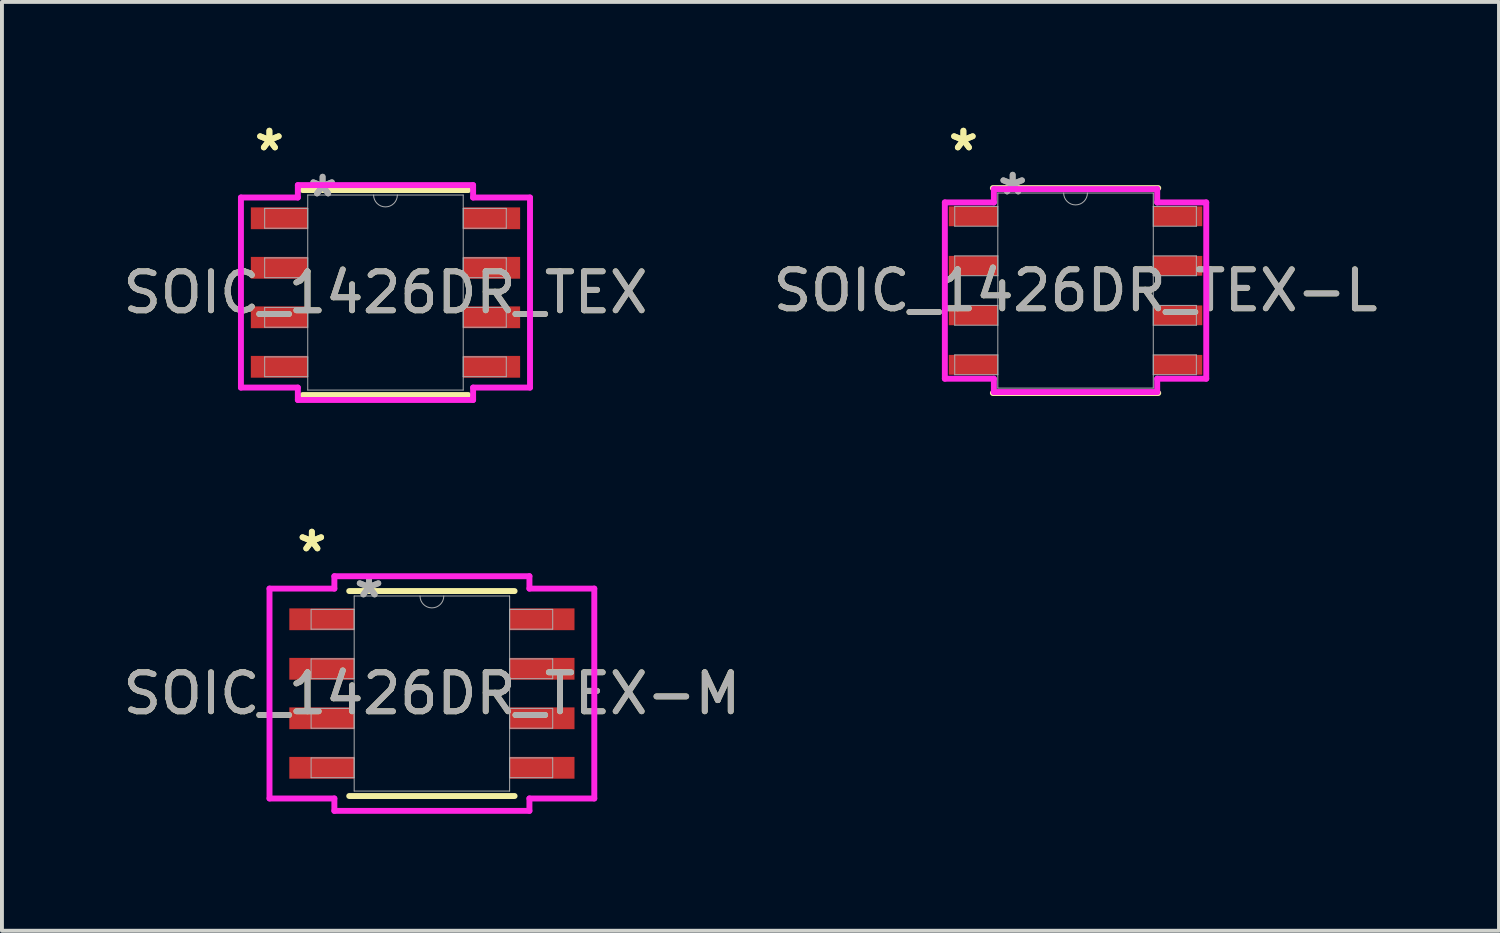
<source format=kicad_pcb>
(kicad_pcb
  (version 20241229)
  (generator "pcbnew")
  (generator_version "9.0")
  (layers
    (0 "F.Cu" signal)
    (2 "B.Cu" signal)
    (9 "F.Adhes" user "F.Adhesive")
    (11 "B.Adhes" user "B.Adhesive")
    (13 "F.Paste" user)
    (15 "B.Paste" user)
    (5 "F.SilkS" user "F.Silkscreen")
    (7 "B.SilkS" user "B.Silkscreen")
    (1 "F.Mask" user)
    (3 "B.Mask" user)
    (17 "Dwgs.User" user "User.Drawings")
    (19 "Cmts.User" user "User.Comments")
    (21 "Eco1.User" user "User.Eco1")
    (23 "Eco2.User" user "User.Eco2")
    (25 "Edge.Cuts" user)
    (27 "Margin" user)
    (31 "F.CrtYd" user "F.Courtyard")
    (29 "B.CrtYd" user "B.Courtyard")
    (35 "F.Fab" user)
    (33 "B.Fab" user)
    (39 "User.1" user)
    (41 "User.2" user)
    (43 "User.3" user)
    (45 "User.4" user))
  (footprint "SOIC_1426DR_TEX"
    (layer "F.Cu")
    (at 6.839 4.455)
    (property "Reference" "SOIC_1426DR_TEX" (at 0 0 0) (unlocked yes) (layer "F.SilkS") (effects (font (size 1 1) (thickness 0.15))))
    (attr smd)
    (fp_line (start -2.121 2.629) (end 2.121 2.629) (stroke (width 0.152) (type solid)) (layer "F.SilkS"))
    (fp_line (start 2.121 -2.629) (end -2.121 -2.629) (stroke (width 0.152) (type solid)) (layer "F.SilkS"))
    (fp_line (start -3.708 -2.438) (end -2.248 -2.438) (stroke (width 0.152) (type solid)) (layer "F.CrtYd"))
    (fp_line (start -3.708 2.438) (end -3.708 -2.438) (stroke (width 0.152) (type solid)) (layer "F.CrtYd"))
    (fp_line (start -3.708 2.438) (end -2.248 2.438) (stroke (width 0.152) (type solid)) (layer "F.CrtYd"))
    (fp_line (start -2.248 -2.756) (end 2.248 -2.756) (stroke (width 0.152) (type solid)) (layer "F.CrtYd"))
    (fp_line (start -2.248 -2.438) (end -2.248 -2.756) (stroke (width 0.152) (type solid)) (layer "F.CrtYd"))
    (fp_line (start -2.248 2.756) (end -2.248 2.438) (stroke (width 0.152) (type solid)) (layer "F.CrtYd"))
    (fp_line (start 2.248 -2.756) (end 2.248 -2.438) (stroke (width 0.152) (type solid)) (layer "F.CrtYd"))
    (fp_line (start 2.248 2.438) (end 2.248 2.756) (stroke (width 0.152) (type solid)) (layer "F.CrtYd"))
    (fp_line (start 2.248 2.756) (end -2.248 2.756) (stroke (width 0.152) (type solid)) (layer "F.CrtYd"))
    (fp_line (start 3.708 -2.438) (end 2.248 -2.438) (stroke (width 0.152) (type solid)) (layer "F.CrtYd"))
    (fp_line (start 3.708 -2.438) (end 3.708 2.438) (stroke (width 0.152) (type solid)) (layer "F.CrtYd"))
    (fp_line (start 3.708 2.438) (end 2.248 2.438) (stroke (width 0.152) (type solid)) (layer "F.CrtYd"))
    (fp_line (start -3.099 -2.159) (end -3.099 -1.651) (stroke (width 0.025) (type solid)) (layer "F.Fab"))
    (fp_line (start -3.099 -1.651) (end -1.994 -1.651) (stroke (width 0.025) (type solid)) (layer "F.Fab"))
    (fp_line (start -3.099 -0.889) (end -3.099 -0.381) (stroke (width 0.025) (type solid)) (layer "F.Fab"))
    (fp_line (start -3.099 -0.381) (end -1.994 -0.381) (stroke (width 0.025) (type solid)) (layer "F.Fab"))
    (fp_line (start -3.099 0.381) (end -3.099 0.889) (stroke (width 0.025) (type solid)) (layer "F.Fab"))
    (fp_line (start -3.099 0.889) (end -1.994 0.889) (stroke (width 0.025) (type solid)) (layer "F.Fab"))
    (fp_line (start -3.099 1.651) (end -3.099 2.159) (stroke (width 0.025) (type solid)) (layer "F.Fab"))
    (fp_line (start -3.099 2.159) (end -1.994 2.159) (stroke (width 0.025) (type solid)) (layer "F.Fab"))
    (fp_line (start -1.994 -2.502) (end -1.994 2.502) (stroke (width 0.025) (type solid)) (layer "F.Fab"))
    (fp_line (start -1.994 -2.159) (end -3.099 -2.159) (stroke (width 0.025) (type solid)) (layer "F.Fab"))
    (fp_line (start -1.994 -1.651) (end -1.994 -2.159) (stroke (width 0.025) (type solid)) (layer "F.Fab"))
    (fp_line (start -1.994 -0.889) (end -3.099 -0.889) (stroke (width 0.025) (type solid)) (layer "F.Fab"))
    (fp_line (start -1.994 -0.381) (end -1.994 -0.889) (stroke (width 0.025) (type solid)) (layer "F.Fab"))
    (fp_line (start -1.994 0.381) (end -3.099 0.381) (stroke (width 0.025) (type solid)) (layer "F.Fab"))
    (fp_line (start -1.994 0.889) (end -1.994 0.381) (stroke (width 0.025) (type solid)) (layer "F.Fab"))
    (fp_line (start -1.994 1.651) (end -3.099 1.651) (stroke (width 0.025) (type solid)) (layer "F.Fab"))
    (fp_line (start -1.994 2.159) (end -1.994 1.651) (stroke (width 0.025) (type solid)) (layer "F.Fab"))
    (fp_line (start -1.994 2.502) (end 1.994 2.502) (stroke (width 0.025) (type solid)) (layer "F.Fab"))
    (fp_line (start 1.994 -2.502) (end -1.994 -2.502) (stroke (width 0.025) (type solid)) (layer "F.Fab"))
    (fp_line (start 1.994 -2.159) (end 1.994 -1.651) (stroke (width 0.025) (type solid)) (layer "F.Fab"))
    (fp_line (start 1.994 -1.651) (end 3.099 -1.651) (stroke (width 0.025) (type solid)) (layer "F.Fab"))
    (fp_line (start 1.994 -0.889) (end 1.994 -0.381) (stroke (width 0.025) (type solid)) (layer "F.Fab"))
    (fp_line (start 1.994 -0.381) (end 3.099 -0.381) (stroke (width 0.025) (type solid)) (layer "F.Fab"))
    (fp_line (start 1.994 0.381) (end 1.994 0.889) (stroke (width 0.025) (type solid)) (layer "F.Fab"))
    (fp_line (start 1.994 0.889) (end 3.099 0.889) (stroke (width 0.025) (type solid)) (layer "F.Fab"))
    (fp_line (start 1.994 1.651) (end 1.994 2.159) (stroke (width 0.025) (type solid)) (layer "F.Fab"))
    (fp_line (start 1.994 2.159) (end 3.099 2.159) (stroke (width 0.025) (type solid)) (layer "F.Fab"))
    (fp_line (start 1.994 2.502) (end 1.994 -2.502) (stroke (width 0.025) (type solid)) (layer "F.Fab"))
    (fp_line (start 3.099 -2.159) (end 1.994 -2.159) (stroke (width 0.025) (type solid)) (layer "F.Fab"))
    (fp_line (start 3.099 -1.651) (end 3.099 -2.159) (stroke (width 0.025) (type solid)) (layer "F.Fab"))
    (fp_line (start 3.099 -0.889) (end 1.994 -0.889) (stroke (width 0.025) (type solid)) (layer "F.Fab"))
    (fp_line (start 3.099 -0.381) (end 3.099 -0.889) (stroke (width 0.025) (type solid)) (layer "F.Fab"))
    (fp_line (start 3.099 0.381) (end 1.994 0.381) (stroke (width 0.025) (type solid)) (layer "F.Fab"))
    (fp_line (start 3.099 0.889) (end 3.099 0.381) (stroke (width 0.025) (type solid)) (layer "F.Fab"))
    (fp_line (start 3.099 1.651) (end 1.994 1.651) (stroke (width 0.025) (type solid)) (layer "F.Fab"))
    (fp_line (start 3.099 2.159) (end 3.099 1.651) (stroke (width 0.025) (type solid)) (layer "F.Fab"))
    (fp_arc (start 0.3048 -2.5019) (mid 0 -2.1971) (end -0.3048 -2.5019) (stroke (width 0.0254) (type solid)) (layer "F.Fab"))
    (fp_text user "*" (at -2.978 -3.607 0) (unlocked yes) (layer "F.SilkS") (effects (font (size 1 1) (thickness 0.15))))
    (fp_text user "*" (at -2.978 -3.607 0) (layer "F.SilkS") (effects (font (size 1 1) (thickness 0.15))))
    (fp_text user "*" (at -1.613 -2.426 0) (unlocked yes) (layer "F.Fab") (effects (font (size 1 1) (thickness 0.15))))
    (fp_text user "${REFERENCE}" (at 0 0 0) (unlocked yes) (layer "F.Fab") (effects (font (size 1 1) (thickness 0.15))))
    (fp_text user "*" (at -1.613 -2.426 0) (layer "F.Fab") (effects (font (size 1 1) (thickness 0.15))))
    (pad "1" smd rect (at -2.724 -1.905) (size 1.46 0.559) (layers "F.Cu" "F.Mask" "F.Paste"))
    (pad "2" smd rect (at -2.724 -0.635) (size 1.46 0.559) (layers "F.Cu" "F.Mask" "F.Paste"))
    (pad "3" smd rect (at -2.724 0.635) (size 1.46 0.559) (layers "F.Cu" "F.Mask" "F.Paste"))
    (pad "4" smd rect (at -2.724 1.905) (size 1.46 0.559) (layers "F.Cu" "F.Mask" "F.Paste"))
    (pad "5" smd rect (at 2.724 1.905) (size 1.46 0.559) (layers "F.Cu" "F.Mask" "F.Paste"))
    (pad "6" smd rect (at 2.724 0.635) (size 1.46 0.559) (layers "F.Cu" "F.Mask" "F.Paste"))
    (pad "7" smd rect (at 2.724 -0.635) (size 1.46 0.559) (layers "F.Cu" "F.Mask" "F.Paste"))
    (pad "8" smd rect (at 2.724 -1.905) (size 1.46 0.559) (layers "F.Cu" "F.Mask" "F.Paste")))
  (footprint "SOIC_1426DR_TEX-L"
    (layer "F.Cu")
    (at 24.542 4.404)
    (property "Reference" "SOIC_1426DR_TEX-L" (at 0 0 0) (unlocked yes) (layer "F.SilkS") (effects (font (size 1 1) (thickness 0.15))))
    (attr smd)
    (fp_line (start -2.121 2.629) (end 2.121 2.629) (stroke (width 0.152) (type solid)) (layer "F.SilkS"))
    (fp_line (start 2.121 -2.629) (end -2.121 -2.629) (stroke (width 0.152) (type solid)) (layer "F.SilkS"))
    (fp_line (start -3.353 -2.261) (end -2.095 -2.261) (stroke (width 0.152) (type solid)) (layer "F.CrtYd"))
    (fp_line (start -3.353 2.261) (end -3.353 -2.261) (stroke (width 0.152) (type solid)) (layer "F.CrtYd"))
    (fp_line (start -3.353 2.261) (end -2.095 2.261) (stroke (width 0.152) (type solid)) (layer "F.CrtYd"))
    (fp_line (start -2.095 -2.603) (end 2.095 -2.603) (stroke (width 0.152) (type solid)) (layer "F.CrtYd"))
    (fp_line (start -2.095 -2.261) (end -2.095 -2.603) (stroke (width 0.152) (type solid)) (layer "F.CrtYd"))
    (fp_line (start -2.095 2.603) (end -2.095 2.261) (stroke (width 0.152) (type solid)) (layer "F.CrtYd"))
    (fp_line (start 2.095 -2.603) (end 2.095 -2.261) (stroke (width 0.152) (type solid)) (layer "F.CrtYd"))
    (fp_line (start 2.095 2.261) (end 2.095 2.603) (stroke (width 0.152) (type solid)) (layer "F.CrtYd"))
    (fp_line (start 2.095 2.603) (end -2.095 2.603) (stroke (width 0.152) (type solid)) (layer "F.CrtYd"))
    (fp_line (start 3.353 -2.261) (end 2.095 -2.261) (stroke (width 0.152) (type solid)) (layer "F.CrtYd"))
    (fp_line (start 3.353 -2.261) (end 3.353 2.261) (stroke (width 0.152) (type solid)) (layer "F.CrtYd"))
    (fp_line (start 3.353 2.261) (end 2.095 2.261) (stroke (width 0.152) (type solid)) (layer "F.CrtYd"))
    (fp_line (start -3.099 -2.159) (end -3.099 -1.651) (stroke (width 0.025) (type solid)) (layer "F.Fab"))
    (fp_line (start -3.099 -1.651) (end -1.994 -1.651) (stroke (width 0.025) (type solid)) (layer "F.Fab"))
    (fp_line (start -3.099 -0.889) (end -3.099 -0.381) (stroke (width 0.025) (type solid)) (layer "F.Fab"))
    (fp_line (start -3.099 -0.381) (end -1.994 -0.381) (stroke (width 0.025) (type solid)) (layer "F.Fab"))
    (fp_line (start -3.099 0.381) (end -3.099 0.889) (stroke (width 0.025) (type solid)) (layer "F.Fab"))
    (fp_line (start -3.099 0.889) (end -1.994 0.889) (stroke (width 0.025) (type solid)) (layer "F.Fab"))
    (fp_line (start -3.099 1.651) (end -3.099 2.159) (stroke (width 0.025) (type solid)) (layer "F.Fab"))
    (fp_line (start -3.099 2.159) (end -1.994 2.159) (stroke (width 0.025) (type solid)) (layer "F.Fab"))
    (fp_line (start -1.994 -2.502) (end -1.994 2.502) (stroke (width 0.025) (type solid)) (layer "F.Fab"))
    (fp_line (start -1.994 -2.159) (end -3.099 -2.159) (stroke (width 0.025) (type solid)) (layer "F.Fab"))
    (fp_line (start -1.994 -1.651) (end -1.994 -2.159) (stroke (width 0.025) (type solid)) (layer "F.Fab"))
    (fp_line (start -1.994 -0.889) (end -3.099 -0.889) (stroke (width 0.025) (type solid)) (layer "F.Fab"))
    (fp_line (start -1.994 -0.381) (end -1.994 -0.889) (stroke (width 0.025) (type solid)) (layer "F.Fab"))
    (fp_line (start -1.994 0.381) (end -3.099 0.381) (stroke (width 0.025) (type solid)) (layer "F.Fab"))
    (fp_line (start -1.994 0.889) (end -1.994 0.381) (stroke (width 0.025) (type solid)) (layer "F.Fab"))
    (fp_line (start -1.994 1.651) (end -3.099 1.651) (stroke (width 0.025) (type solid)) (layer "F.Fab"))
    (fp_line (start -1.994 2.159) (end -1.994 1.651) (stroke (width 0.025) (type solid)) (layer "F.Fab"))
    (fp_line (start -1.994 2.502) (end 1.994 2.502) (stroke (width 0.025) (type solid)) (layer "F.Fab"))
    (fp_line (start 1.994 -2.502) (end -1.994 -2.502) (stroke (width 0.025) (type solid)) (layer "F.Fab"))
    (fp_line (start 1.994 -2.159) (end 1.994 -1.651) (stroke (width 0.025) (type solid)) (layer "F.Fab"))
    (fp_line (start 1.994 -1.651) (end 3.099 -1.651) (stroke (width 0.025) (type solid)) (layer "F.Fab"))
    (fp_line (start 1.994 -0.889) (end 1.994 -0.381) (stroke (width 0.025) (type solid)) (layer "F.Fab"))
    (fp_line (start 1.994 -0.381) (end 3.099 -0.381) (stroke (width 0.025) (type solid)) (layer "F.Fab"))
    (fp_line (start 1.994 0.381) (end 1.994 0.889) (stroke (width 0.025) (type solid)) (layer "F.Fab"))
    (fp_line (start 1.994 0.889) (end 3.099 0.889) (stroke (width 0.025) (type solid)) (layer "F.Fab"))
    (fp_line (start 1.994 1.651) (end 1.994 2.159) (stroke (width 0.025) (type solid)) (layer "F.Fab"))
    (fp_line (start 1.994 2.159) (end 3.099 2.159) (stroke (width 0.025) (type solid)) (layer "F.Fab"))
    (fp_line (start 1.994 2.502) (end 1.994 -2.502) (stroke (width 0.025) (type solid)) (layer "F.Fab"))
    (fp_line (start 3.099 -2.159) (end 1.994 -2.159) (stroke (width 0.025) (type solid)) (layer "F.Fab"))
    (fp_line (start 3.099 -1.651) (end 3.099 -2.159) (stroke (width 0.025) (type solid)) (layer "F.Fab"))
    (fp_line (start 3.099 -0.889) (end 1.994 -0.889) (stroke (width 0.025) (type solid)) (layer "F.Fab"))
    (fp_line (start 3.099 -0.381) (end 3.099 -0.889) (stroke (width 0.025) (type solid)) (layer "F.Fab"))
    (fp_line (start 3.099 0.381) (end 1.994 0.381) (stroke (width 0.025) (type solid)) (layer "F.Fab"))
    (fp_line (start 3.099 0.889) (end 3.099 0.381) (stroke (width 0.025) (type solid)) (layer "F.Fab"))
    (fp_line (start 3.099 1.651) (end 1.994 1.651) (stroke (width 0.025) (type solid)) (layer "F.Fab"))
    (fp_line (start 3.099 2.159) (end 3.099 1.651) (stroke (width 0.025) (type solid)) (layer "F.Fab"))
    (fp_arc (start 0.3048 -2.5019) (mid 0 -2.1971) (end -0.3048 -2.5019) (stroke (width 0.0254) (type solid)) (layer "F.Fab"))
    (fp_text user "*" (at -2.877 -3.556 0) (layer "F.SilkS") (effects (font (size 1 1) (thickness 0.15))))
    (fp_text user "*" (at -2.877 -3.556 0) (unlocked yes) (layer "F.SilkS") (effects (font (size 1 1) (thickness 0.15))))
    (fp_text user "*" (at -1.613 -2.426 0) (unlocked yes) (layer "F.Fab") (effects (font (size 1 1) (thickness 0.15))))
    (fp_text user "${REFERENCE}" (at 0 0 0) (unlocked yes) (layer "F.Fab") (effects (font (size 1 1) (thickness 0.15))))
    (fp_text user "*" (at -1.613 -2.426 0) (layer "F.Fab") (effects (font (size 1 1) (thickness 0.15))))
    (pad "1" smd rect (at -2.623 -1.905) (size 1.257 0.508) (layers "F.Cu" "F.Mask" "F.Paste"))
    (pad "2" smd rect (at -2.623 -0.635) (size 1.257 0.508) (layers "F.Cu" "F.Mask" "F.Paste"))
    (pad "3" smd rect (at -2.623 0.635) (size 1.257 0.508) (layers "F.Cu" "F.Mask" "F.Paste"))
    (pad "4" smd rect (at -2.623 1.905) (size 1.257 0.508) (layers "F.Cu" "F.Mask" "F.Paste"))
    (pad "5" smd rect (at 2.623 1.905) (size 1.257 0.508) (layers "F.Cu" "F.Mask" "F.Paste"))
    (pad "6" smd rect (at 2.623 0.635) (size 1.257 0.508) (layers "F.Cu" "F.Mask" "F.Paste"))
    (pad "7" smd rect (at 2.623 -0.635) (size 1.257 0.508) (layers "F.Cu" "F.Mask" "F.Paste"))
    (pad "8" smd rect (at 2.623 -1.905) (size 1.257 0.508) (layers "F.Cu" "F.Mask" "F.Paste")))
  (footprint "SOIC_1426DR_TEX-M"
    (layer "F.Cu")
    (at 8.03 14.742)
    (property "Reference" "SOIC_1426DR_TEX-M" (at 0 0 0) (unlocked yes) (layer "F.SilkS") (effects (font (size 1 1) (thickness 0.15))))
    (attr smd)
    (fp_line (start -2.121 2.629) (end 2.121 2.629) (stroke (width 0.152) (type solid)) (layer "F.SilkS"))
    (fp_line (start 2.121 -2.629) (end -2.121 -2.629) (stroke (width 0.152) (type solid)) (layer "F.SilkS"))
    (fp_line (start -4.166 -2.692) (end -2.502 -2.692) (stroke (width 0.152) (type solid)) (layer "F.CrtYd"))
    (fp_line (start -4.166 2.692) (end -4.166 -2.692) (stroke (width 0.152) (type solid)) (layer "F.CrtYd"))
    (fp_line (start -4.166 2.692) (end -2.502 2.692) (stroke (width 0.152) (type solid)) (layer "F.CrtYd"))
    (fp_line (start -2.502 -3.01) (end 2.502 -3.01) (stroke (width 0.152) (type solid)) (layer "F.CrtYd"))
    (fp_line (start -2.502 -2.692) (end -2.502 -3.01) (stroke (width 0.152) (type solid)) (layer "F.CrtYd"))
    (fp_line (start -2.502 3.01) (end -2.502 2.692) (stroke (width 0.152) (type solid)) (layer "F.CrtYd"))
    (fp_line (start 2.502 -3.01) (end 2.502 -2.692) (stroke (width 0.152) (type solid)) (layer "F.CrtYd"))
    (fp_line (start 2.502 2.692) (end 2.502 3.01) (stroke (width 0.152) (type solid)) (layer "F.CrtYd"))
    (fp_line (start 2.502 3.01) (end -2.502 3.01) (stroke (width 0.152) (type solid)) (layer "F.CrtYd"))
    (fp_line (start 4.166 -2.692) (end 2.502 -2.692) (stroke (width 0.152) (type solid)) (layer "F.CrtYd"))
    (fp_line (start 4.166 -2.692) (end 4.166 2.692) (stroke (width 0.152) (type solid)) (layer "F.CrtYd"))
    (fp_line (start 4.166 2.692) (end 2.502 2.692) (stroke (width 0.152) (type solid)) (layer "F.CrtYd"))
    (fp_line (start -3.099 -2.159) (end -3.099 -1.651) (stroke (width 0.025) (type solid)) (layer "F.Fab"))
    (fp_line (start -3.099 -1.651) (end -1.994 -1.651) (stroke (width 0.025) (type solid)) (layer "F.Fab"))
    (fp_line (start -3.099 -0.889) (end -3.099 -0.381) (stroke (width 0.025) (type solid)) (layer "F.Fab"))
    (fp_line (start -3.099 -0.381) (end -1.994 -0.381) (stroke (width 0.025) (type solid)) (layer "F.Fab"))
    (fp_line (start -3.099 0.381) (end -3.099 0.889) (stroke (width 0.025) (type solid)) (layer "F.Fab"))
    (fp_line (start -3.099 0.889) (end -1.994 0.889) (stroke (width 0.025) (type solid)) (layer "F.Fab"))
    (fp_line (start -3.099 1.651) (end -3.099 2.159) (stroke (width 0.025) (type solid)) (layer "F.Fab"))
    (fp_line (start -3.099 2.159) (end -1.994 2.159) (stroke (width 0.025) (type solid)) (layer "F.Fab"))
    (fp_line (start -1.994 -2.502) (end -1.994 2.502) (stroke (width 0.025) (type solid)) (layer "F.Fab"))
    (fp_line (start -1.994 -2.159) (end -3.099 -2.159) (stroke (width 0.025) (type solid)) (layer "F.Fab"))
    (fp_line (start -1.994 -1.651) (end -1.994 -2.159) (stroke (width 0.025) (type solid)) (layer "F.Fab"))
    (fp_line (start -1.994 -0.889) (end -3.099 -0.889) (stroke (width 0.025) (type solid)) (layer "F.Fab"))
    (fp_line (start -1.994 -0.381) (end -1.994 -0.889) (stroke (width 0.025) (type solid)) (layer "F.Fab"))
    (fp_line (start -1.994 0.381) (end -3.099 0.381) (stroke (width 0.025) (type solid)) (layer "F.Fab"))
    (fp_line (start -1.994 0.889) (end -1.994 0.381) (stroke (width 0.025) (type solid)) (layer "F.Fab"))
    (fp_line (start -1.994 1.651) (end -3.099 1.651) (stroke (width 0.025) (type solid)) (layer "F.Fab"))
    (fp_line (start -1.994 2.159) (end -1.994 1.651) (stroke (width 0.025) (type solid)) (layer "F.Fab"))
    (fp_line (start -1.994 2.502) (end 1.994 2.502) (stroke (width 0.025) (type solid)) (layer "F.Fab"))
    (fp_line (start 1.994 -2.502) (end -1.994 -2.502) (stroke (width 0.025) (type solid)) (layer "F.Fab"))
    (fp_line (start 1.994 -2.159) (end 1.994 -1.651) (stroke (width 0.025) (type solid)) (layer "F.Fab"))
    (fp_line (start 1.994 -1.651) (end 3.099 -1.651) (stroke (width 0.025) (type solid)) (layer "F.Fab"))
    (fp_line (start 1.994 -0.889) (end 1.994 -0.381) (stroke (width 0.025) (type solid)) (layer "F.Fab"))
    (fp_line (start 1.994 -0.381) (end 3.099 -0.381) (stroke (width 0.025) (type solid)) (layer "F.Fab"))
    (fp_line (start 1.994 0.381) (end 1.994 0.889) (stroke (width 0.025) (type solid)) (layer "F.Fab"))
    (fp_line (start 1.994 0.889) (end 3.099 0.889) (stroke (width 0.025) (type solid)) (layer "F.Fab"))
    (fp_line (start 1.994 1.651) (end 1.994 2.159) (stroke (width 0.025) (type solid)) (layer "F.Fab"))
    (fp_line (start 1.994 2.159) (end 3.099 2.159) (stroke (width 0.025) (type solid)) (layer "F.Fab"))
    (fp_line (start 1.994 2.502) (end 1.994 -2.502) (stroke (width 0.025) (type solid)) (layer "F.Fab"))
    (fp_line (start 3.099 -2.159) (end 1.994 -2.159) (stroke (width 0.025) (type solid)) (layer "F.Fab"))
    (fp_line (start 3.099 -1.651) (end 3.099 -2.159) (stroke (width 0.025) (type solid)) (layer "F.Fab"))
    (fp_line (start 3.099 -0.889) (end 1.994 -0.889) (stroke (width 0.025) (type solid)) (layer "F.Fab"))
    (fp_line (start 3.099 -0.381) (end 3.099 -0.889) (stroke (width 0.025) (type solid)) (layer "F.Fab"))
    (fp_line (start 3.099 0.381) (end 1.994 0.381) (stroke (width 0.025) (type solid)) (layer "F.Fab"))
    (fp_line (start 3.099 0.889) (end 3.099 0.381) (stroke (width 0.025) (type solid)) (layer "F.Fab"))
    (fp_line (start 3.099 1.651) (end 1.994 1.651) (stroke (width 0.025) (type solid)) (layer "F.Fab"))
    (fp_line (start 3.099 2.159) (end 3.099 1.651) (stroke (width 0.025) (type solid)) (layer "F.Fab"))
    (fp_arc (start 0.3048 -2.5019) (mid 0 -2.1971) (end -0.3048 -2.5019) (stroke (width 0.0254) (type solid)) (layer "F.Fab"))
    (fp_text user "*" (at -3.08 -3.607 0) (unlocked yes) (layer "F.SilkS") (effects (font (size 1 1) (thickness 0.15))))
    (fp_text user "*" (at -3.08 -3.607 0) (layer "F.SilkS") (effects (font (size 1 1) (thickness 0.15))))
    (fp_text user "*" (at -1.613 -2.426 0) (unlocked yes) (layer "F.Fab") (effects (font (size 1 1) (thickness 0.15))))
    (fp_text user "*" (at -1.613 -2.426 0) (layer "F.Fab") (effects (font (size 1 1) (thickness 0.15))))
    (fp_text user "${REFERENCE}" (at 0 0 0) (unlocked yes) (layer "F.Fab") (effects (font (size 1 1) (thickness 0.15))))
    (pad "1" smd rect (at -2.826 -1.905) (size 1.664 0.559) (layers "F.Cu" "F.Mask" "F.Paste"))
    (pad "2" smd rect (at -2.826 -0.635) (size 1.664 0.559) (layers "F.Cu" "F.Mask" "F.Paste"))
    (pad "3" smd rect (at -2.826 0.635) (size 1.664 0.559) (layers "F.Cu" "F.Mask" "F.Paste"))
    (pad "4" smd rect (at -2.826 1.905) (size 1.664 0.559) (layers "F.Cu" "F.Mask" "F.Paste"))
    (pad "5" smd rect (at 2.826 1.905) (size 1.664 0.559) (layers "F.Cu" "F.Mask" "F.Paste"))
    (pad "6" smd rect (at 2.826 0.635) (size 1.664 0.559) (layers "F.Cu" "F.Mask" "F.Paste"))
    (pad "7" smd rect (at 2.826 -0.635) (size 1.664 0.559) (layers "F.Cu" "F.Mask" "F.Paste"))
    (pad "8" smd rect (at 2.826 -1.905) (size 1.664 0.559) (layers "F.Cu" "F.Mask" "F.Paste")))
  (gr_rect
    (start -3 -3)
    (end 35.405 20.828)
    (stroke (width 0.1) (type default))
    (fill no)
    (layer "Edge.Cuts")))
</source>
